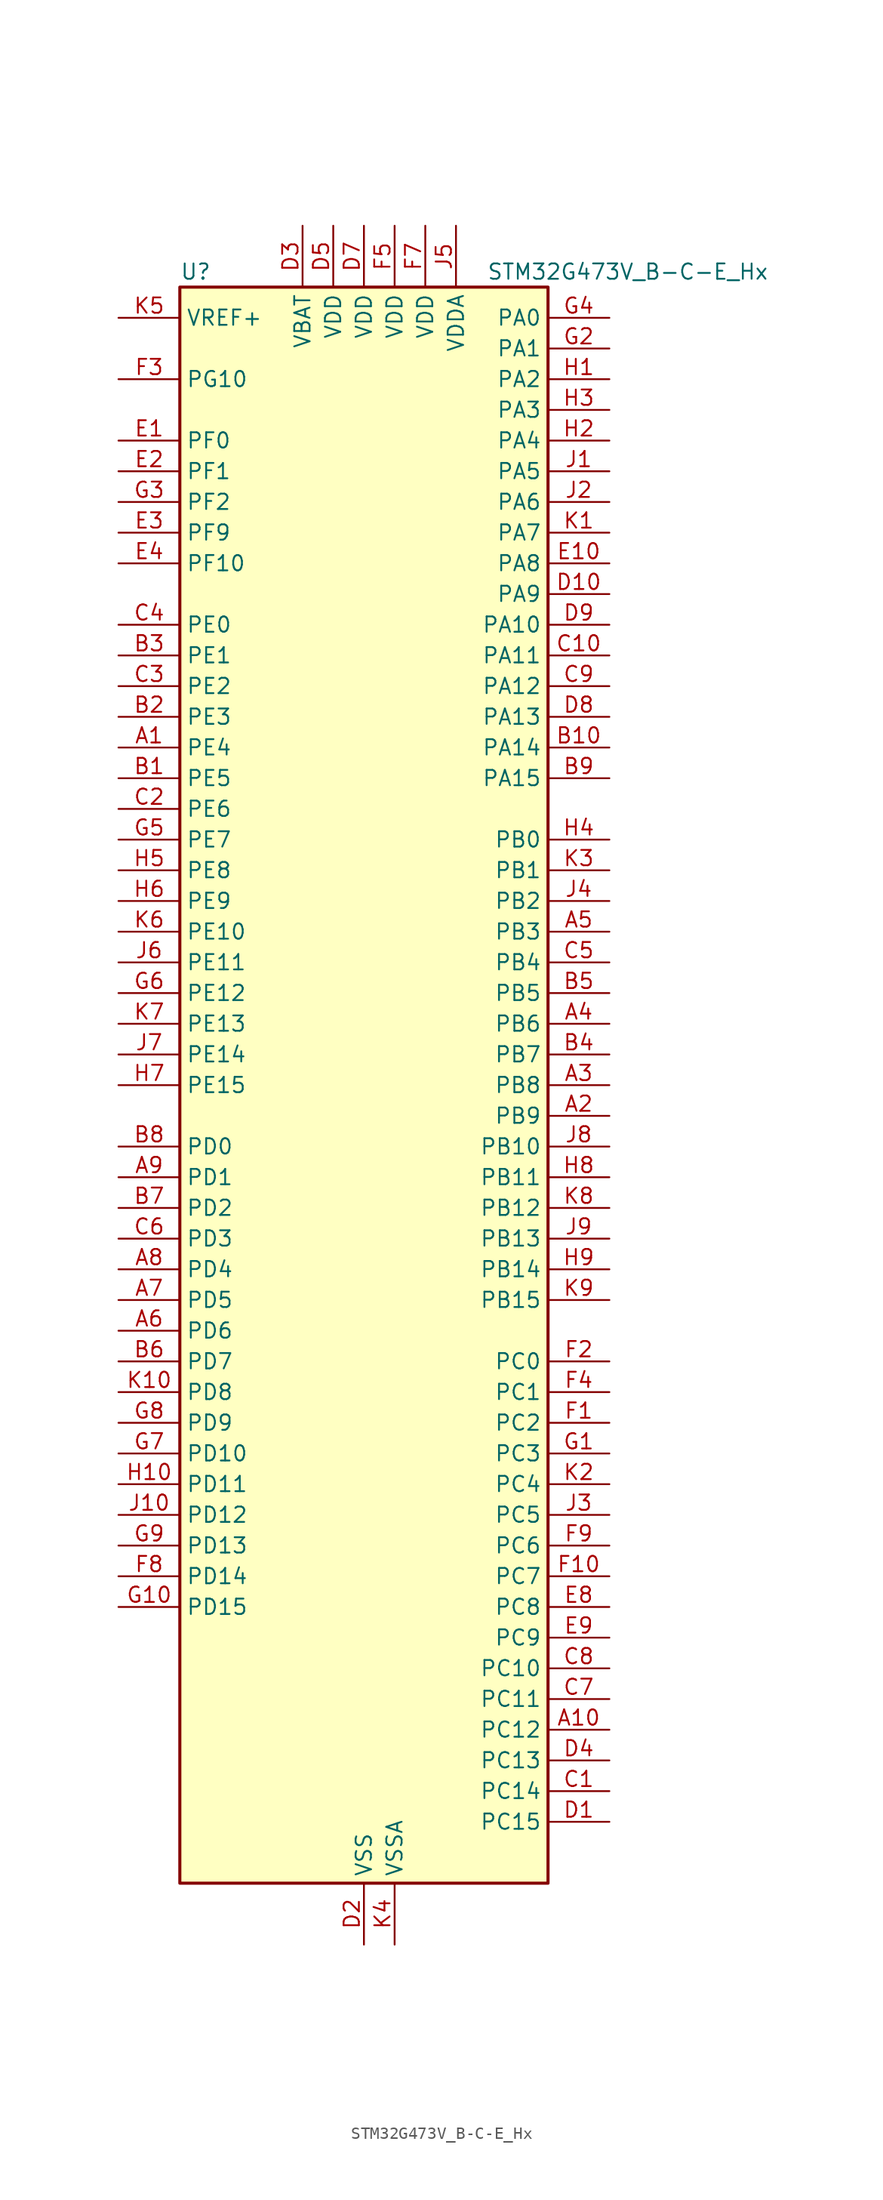
<source format=kicad_sym>
(kicad_symbol_lib
  (version 20220914)
  (generator kicad_symbol_editor)
  (symbol "STM32G473V_B-C-E_Hx"
    (property "Reference" "U"
      (at -15.24 67.31 0)
      (effects (font (size 1.27 1.27)) (justify left)))
    (property "Value" "STM32G473V_B-C-E_Hx"
      (at 10.16 67.31 0)
      (effects (font (size 1.27 1.27)) (justify left)))
    (property "ki_locked" ""
      (at 0 0 0)
      (effects (font (size 1.27 1.27))))
    (symbol "STM32G473V_B-C-E_Hx_0_1"
      (rectangle (start -15.24 -66.04) (end 15.24 66.04) (stroke (width 0.254) (type default)) (fill (type background))))
    (symbol "STM32G473V_B-C-E_Hx_1_1"
      (pin bidirectional line (at -20.32 27.94 0) (length 5.08) (name "PE4" (effects (font (size 1.27 1.27)))) (number "A1" (effects (font (size 1.27 1.27)))) (alternate "FMC_A20" bidirectional line) (alternate "SAI1_D2" bidirectional line) (alternate "SAI1_FS_A" bidirectional line) (alternate "SPI4_NSS" bidirectional line) (alternate "SYS_TRACED1" bidirectional line) (alternate "TIM20_CH1N" bidirectional line) (alternate "TIM3_CH3" bidirectional line))
      (pin bidirectional line (at 20.32 -53.34 180) (length 5.08) (name "PC12" (effects (font (size 1.27 1.27)))) (number "A10" (effects (font (size 1.27 1.27)))) (alternate "I2S3_SD" bidirectional line) (alternate "SPI3_MOSI" bidirectional line) (alternate "TIM5_CH2" bidirectional line) (alternate "TIM8_CH3N" bidirectional line) (alternate "UART5_TX" bidirectional line) (alternate "UCPD1_FRSTX1" bidirectional line) (alternate "UCPD1_FRSTX2" bidirectional line) (alternate "USART3_CK" bidirectional line))
      (pin bidirectional line (at 20.32 -2.54 180) (length 5.08) (name "PB9" (effects (font (size 1.27 1.27)))) (number "A2" (effects (font (size 1.27 1.27)))) (alternate "COMP2_OUT" bidirectional line) (alternate "DAC1_EXTI9" bidirectional line) (alternate "DAC2_EXTI9" bidirectional line) (alternate "DAC3_EXTI9" bidirectional line) (alternate "DAC4_EXTI9" bidirectional line) (alternate "FDCAN1_TX" bidirectional line) (alternate "I2C1_SDA" bidirectional line) (alternate "IR_OUT" bidirectional line) (alternate "SAI1_D2" bidirectional line) (alternate "SAI1_FS_A" bidirectional line) (alternate "TIM17_CH1" bidirectional line) (alternate "TIM1_CH3N" bidirectional line) (alternate "TIM4_CH4" bidirectional line) (alternate "TIM8_CH3" bidirectional line) (alternate "USART3_TX" bidirectional line))
      (pin bidirectional line (at 20.32 0 180) (length 5.08) (name "PB8" (effects (font (size 1.27 1.27)))) (number "A3" (effects (font (size 1.27 1.27)))) (alternate "COMP1_OUT" bidirectional line) (alternate "FDCAN1_RX" bidirectional line) (alternate "I2C1_SCL" bidirectional line) (alternate "SAI1_CK1" bidirectional line) (alternate "SAI1_MCLK_A" bidirectional line) (alternate "TIM16_CH1" bidirectional line) (alternate "TIM1_BKIN" bidirectional line) (alternate "TIM4_CH3" bidirectional line) (alternate "TIM8_CH2" bidirectional line) (alternate "USART3_RX" bidirectional line))
      (pin bidirectional line (at 20.32 5.08 180) (length 5.08) (name "PB6" (effects (font (size 1.27 1.27)))) (number "A4" (effects (font (size 1.27 1.27)))) (alternate "COMP4_OUT" bidirectional line) (alternate "FDCAN2_TX" bidirectional line) (alternate "LPTIM1_ETR" bidirectional line) (alternate "SAI1_FS_B" bidirectional line) (alternate "TIM16_CH1N" bidirectional line) (alternate "TIM4_CH1" bidirectional line) (alternate "TIM8_BKIN2" bidirectional line) (alternate "TIM8_CH1" bidirectional line) (alternate "TIM8_ETR" bidirectional line) (alternate "UCPD1_CC1" bidirectional line) (alternate "USART1_TX" bidirectional line))
      (pin bidirectional line (at 20.32 12.7 180) (length 5.08) (name "PB3" (effects (font (size 1.27 1.27)))) (number "A5" (effects (font (size 1.27 1.27)))) (alternate "ADC3_EXTI3" bidirectional line) (alternate "ADC4_EXTI3" bidirectional line) (alternate "ADC5_EXTI3" bidirectional line) (alternate "CRS_SYNC" bidirectional line) (alternate "FDCAN3_RX" bidirectional line) (alternate "I2S3_CK" bidirectional line) (alternate "SAI1_SCK_B" bidirectional line) (alternate "SPI1_SCK" bidirectional line) (alternate "SPI3_SCK" bidirectional line) (alternate "SYS_JTDO-SWO" bidirectional line) (alternate "TIM2_CH2" bidirectional line) (alternate "TIM3_ETR" bidirectional line) (alternate "TIM4_ETR" bidirectional line) (alternate "TIM8_CH1N" bidirectional line) (alternate "USART2_TX" bidirectional line))
      (pin bidirectional line (at -20.32 -20.32 0) (length 5.08) (name "PD6" (effects (font (size 1.27 1.27)))) (number "A6" (effects (font (size 1.27 1.27)))) (alternate "FMC_NWAIT" bidirectional line) (alternate "QUADSPI1_BK2_IO2" bidirectional line) (alternate "SAI1_D1" bidirectional line) (alternate "SAI1_SD_A" bidirectional line) (alternate "TIM2_CH4" bidirectional line) (alternate "USART2_RX" bidirectional line))
      (pin bidirectional line (at -20.32 -17.78 0) (length 5.08) (name "PD5" (effects (font (size 1.27 1.27)))) (number "A7" (effects (font (size 1.27 1.27)))) (alternate "FMC_NWE" bidirectional line) (alternate "QUADSPI1_BK2_IO1" bidirectional line) (alternate "USART2_TX" bidirectional line))
      (pin bidirectional line (at -20.32 -15.24 0) (length 5.08) (name "PD4" (effects (font (size 1.27 1.27)))) (number "A8" (effects (font (size 1.27 1.27)))) (alternate "FMC_NOE" bidirectional line) (alternate "QUADSPI1_BK2_IO0" bidirectional line) (alternate "TIM2_CH2" bidirectional line) (alternate "USART2_DE" bidirectional line) (alternate "USART2_RTS" bidirectional line))
      (pin bidirectional line (at -20.32 -7.62 0) (length 5.08) (name "PD1" (effects (font (size 1.27 1.27)))) (number "A9" (effects (font (size 1.27 1.27)))) (alternate "FDCAN1_TX" bidirectional line) (alternate "FMC_D3" bidirectional line) (alternate "FMC_DA3" bidirectional line) (alternate "TIM8_BKIN2" bidirectional line) (alternate "TIM8_CH4" bidirectional line))
      (pin bidirectional line (at -20.32 25.4 0) (length 5.08) (name "PE5" (effects (font (size 1.27 1.27)))) (number "B1" (effects (font (size 1.27 1.27)))) (alternate "FMC_A21" bidirectional line) (alternate "SAI1_CK2" bidirectional line) (alternate "SAI1_SCK_A" bidirectional line) (alternate "SPI4_MISO" bidirectional line) (alternate "SYS_TRACED2" bidirectional line) (alternate "TIM20_CH2N" bidirectional line) (alternate "TIM3_CH4" bidirectional line))
      (pin bidirectional line (at 20.32 27.94 180) (length 5.08) (name "PA14" (effects (font (size 1.27 1.27)))) (number "B10" (effects (font (size 1.27 1.27)))) (alternate "I2C1_SDA" bidirectional line) (alternate "I2C4_SMBA" bidirectional line) (alternate "LPTIM1_OUT" bidirectional line) (alternate "SAI1_FS_B" bidirectional line) (alternate "SYS_JTCK-SWCLK" bidirectional line) (alternate "TIM1_BKIN" bidirectional line) (alternate "TIM8_CH2" bidirectional line) (alternate "USART2_TX" bidirectional line))
      (pin bidirectional line (at -20.32 30.48 0) (length 5.08) (name "PE3" (effects (font (size 1.27 1.27)))) (number "B2" (effects (font (size 1.27 1.27)))) (alternate "ADC3_EXTI3" bidirectional line) (alternate "ADC4_EXTI3" bidirectional line) (alternate "ADC5_EXTI3" bidirectional line) (alternate "FMC_A19" bidirectional line) (alternate "SAI1_SD_B" bidirectional line) (alternate "SPI4_NSS" bidirectional line) (alternate "SYS_TRACED0" bidirectional line) (alternate "TIM20_CH2" bidirectional line) (alternate "TIM3_CH2" bidirectional line))
      (pin bidirectional line (at -20.32 35.56 0) (length 5.08) (name "PE1" (effects (font (size 1.27 1.27)))) (number "B3" (effects (font (size 1.27 1.27)))) (alternate "FMC_NBL1" bidirectional line) (alternate "TIM17_CH1" bidirectional line) (alternate "TIM20_CH4" bidirectional line) (alternate "USART1_RX" bidirectional line))
      (pin bidirectional line (at 20.32 2.54 180) (length 5.08) (name "PB7" (effects (font (size 1.27 1.27)))) (number "B4" (effects (font (size 1.27 1.27)))) (alternate "COMP3_OUT" bidirectional line) (alternate "FMC_NL" bidirectional line) (alternate "I2C1_SDA" bidirectional line) (alternate "I2C4_SDA" bidirectional line) (alternate "LPTIM1_IN2" bidirectional line) (alternate "SYS_PVD_IN" bidirectional line) (alternate "TIM17_CH1N" bidirectional line) (alternate "TIM3_CH4" bidirectional line) (alternate "TIM4_CH2" bidirectional line) (alternate "TIM8_BKIN" bidirectional line) (alternate "UART4_CTS" bidirectional line) (alternate "USART1_RX" bidirectional line))
      (pin bidirectional line (at 20.32 7.62 180) (length 5.08) (name "PB5" (effects (font (size 1.27 1.27)))) (number "B5" (effects (font (size 1.27 1.27)))) (alternate "FDCAN2_RX" bidirectional line) (alternate "I2C1_SMBA" bidirectional line) (alternate "I2C3_SDA" bidirectional line) (alternate "I2S3_SD" bidirectional line) (alternate "LPTIM1_IN1" bidirectional line) (alternate "SAI1_SD_B" bidirectional line) (alternate "SPI1_MOSI" bidirectional line) (alternate "SPI3_MOSI" bidirectional line) (alternate "TIM16_BKIN" bidirectional line) (alternate "TIM17_CH1" bidirectional line) (alternate "TIM3_CH2" bidirectional line) (alternate "TIM8_CH3N" bidirectional line) (alternate "UART5_CTS" bidirectional line) (alternate "USART2_CK" bidirectional line))
      (pin bidirectional line (at -20.32 -22.86 0) (length 5.08) (name "PD7" (effects (font (size 1.27 1.27)))) (number "B6" (effects (font (size 1.27 1.27)))) (alternate "FMC_NCE" bidirectional line) (alternate "FMC_NE1" bidirectional line) (alternate "QUADSPI1_BK2_IO3" bidirectional line) (alternate "TIM2_CH3" bidirectional line) (alternate "USART2_CK" bidirectional line))
      (pin bidirectional line (at -20.32 -10.16 0) (length 5.08) (name "PD2" (effects (font (size 1.27 1.27)))) (number "B7" (effects (font (size 1.27 1.27)))) (alternate "ADC3_EXTI2" bidirectional line) (alternate "ADC4_EXTI2" bidirectional line) (alternate "ADC5_EXTI2" bidirectional line) (alternate "TIM3_ETR" bidirectional line) (alternate "TIM8_BKIN" bidirectional line) (alternate "UART5_RX" bidirectional line))
      (pin bidirectional line (at -20.32 -5.08 0) (length 5.08) (name "PD0" (effects (font (size 1.27 1.27)))) (number "B8" (effects (font (size 1.27 1.27)))) (alternate "FDCAN1_RX" bidirectional line) (alternate "FMC_D2" bidirectional line) (alternate "FMC_DA2" bidirectional line) (alternate "TIM8_CH4N" bidirectional line))
      (pin bidirectional line (at 20.32 25.4 180) (length 5.08) (name "PA15" (effects (font (size 1.27 1.27)))) (number "B9" (effects (font (size 1.27 1.27)))) (alternate "ADC1_EXTI15" bidirectional line) (alternate "ADC2_EXTI15" bidirectional line) (alternate "FDCAN3_TX" bidirectional line) (alternate "I2C1_SCL" bidirectional line) (alternate "I2S3_WS" bidirectional line) (alternate "SPI1_NSS" bidirectional line) (alternate "SPI3_NSS" bidirectional line) (alternate "SYS_JTDI" bidirectional line) (alternate "TIM1_BKIN" bidirectional line) (alternate "TIM2_CH1" bidirectional line) (alternate "TIM2_ETR" bidirectional line) (alternate "TIM8_CH1" bidirectional line) (alternate "UART4_DE" bidirectional line) (alternate "UART4_RTS" bidirectional line) (alternate "USART2_RX" bidirectional line))
      (pin bidirectional line (at 20.32 -58.42 180) (length 5.08) (name "PC14" (effects (font (size 1.27 1.27)))) (number "C1" (effects (font (size 1.27 1.27)))) (alternate "RCC_OSC32_IN" bidirectional line))
      (pin bidirectional line (at 20.32 35.56 180) (length 5.08) (name "PA11" (effects (font (size 1.27 1.27)))) (number "C10" (effects (font (size 1.27 1.27)))) (alternate "ADC1_EXTI11" bidirectional line) (alternate "ADC2_EXTI11" bidirectional line) (alternate "COMP1_OUT" bidirectional line) (alternate "FDCAN1_RX" bidirectional line) (alternate "I2S2_SD" bidirectional line) (alternate "SPI2_MOSI" bidirectional line) (alternate "TIM1_BKIN2" bidirectional line) (alternate "TIM1_CH1N" bidirectional line) (alternate "TIM1_CH4" bidirectional line) (alternate "TIM4_CH1" bidirectional line) (alternate "USART1_CTS" bidirectional line) (alternate "USART1_NSS" bidirectional line) (alternate "USB_DM" bidirectional line))
      (pin bidirectional line (at -20.32 22.86 0) (length 5.08) (name "PE6" (effects (font (size 1.27 1.27)))) (number "C2" (effects (font (size 1.27 1.27)))) (alternate "FMC_A22" bidirectional line) (alternate "RTC_TAMP3" bidirectional line) (alternate "SAI1_D1" bidirectional line) (alternate "SAI1_SD_A" bidirectional line) (alternate "SPI4_MOSI" bidirectional line) (alternate "SYS_TRACED3" bidirectional line) (alternate "SYS_WKUP3" bidirectional line) (alternate "TIM20_CH3N" bidirectional line))
      (pin bidirectional line (at -20.32 33.02 0) (length 5.08) (name "PE2" (effects (font (size 1.27 1.27)))) (number "C3" (effects (font (size 1.27 1.27)))) (alternate "ADC3_EXTI2" bidirectional line) (alternate "ADC4_EXTI2" bidirectional line) (alternate "ADC5_EXTI2" bidirectional line) (alternate "FMC_A23" bidirectional line) (alternate "SAI1_CK1" bidirectional line) (alternate "SAI1_MCLK_A" bidirectional line) (alternate "SPI4_SCK" bidirectional line) (alternate "SYS_TRACECLK" bidirectional line) (alternate "TIM20_CH1" bidirectional line) (alternate "TIM3_CH1" bidirectional line))
      (pin bidirectional line (at -20.32 38.1 0) (length 5.08) (name "PE0" (effects (font (size 1.27 1.27)))) (number "C4" (effects (font (size 1.27 1.27)))) (alternate "FMC_NBL0" bidirectional line) (alternate "TIM16_CH1" bidirectional line) (alternate "TIM20_CH4N" bidirectional line) (alternate "TIM20_ETR" bidirectional line) (alternate "TIM4_ETR" bidirectional line) (alternate "USART1_TX" bidirectional line))
      (pin bidirectional line (at 20.32 10.16 180) (length 5.08) (name "PB4" (effects (font (size 1.27 1.27)))) (number "C5" (effects (font (size 1.27 1.27)))) (alternate "FDCAN3_TX" bidirectional line) (alternate "SAI1_MCLK_B" bidirectional line) (alternate "SPI1_MISO" bidirectional line) (alternate "SPI3_MISO" bidirectional line) (alternate "SYS_JTRST" bidirectional line) (alternate "TIM16_CH1" bidirectional line) (alternate "TIM17_BKIN" bidirectional line) (alternate "TIM3_CH1" bidirectional line) (alternate "TIM8_CH2N" bidirectional line) (alternate "UART5_DE" bidirectional line) (alternate "UART5_RTS" bidirectional line) (alternate "UCPD1_CC2" bidirectional line) (alternate "USART2_RX" bidirectional line))
      (pin bidirectional line (at -20.32 -12.7 0) (length 5.08) (name "PD3" (effects (font (size 1.27 1.27)))) (number "C6" (effects (font (size 1.27 1.27)))) (alternate "ADC3_EXTI3" bidirectional line) (alternate "ADC4_EXTI3" bidirectional line) (alternate "ADC5_EXTI3" bidirectional line) (alternate "FMC_CLK" bidirectional line) (alternate "QUADSPI1_BK2_NCS" bidirectional line) (alternate "TIM2_CH1" bidirectional line) (alternate "TIM2_ETR" bidirectional line) (alternate "USART2_CTS" bidirectional line) (alternate "USART2_NSS" bidirectional line))
      (pin bidirectional line (at 20.32 -50.8 180) (length 5.08) (name "PC11" (effects (font (size 1.27 1.27)))) (number "C7" (effects (font (size 1.27 1.27)))) (alternate "ADC1_EXTI11" bidirectional line) (alternate "ADC2_EXTI11" bidirectional line) (alternate "I2C3_SDA" bidirectional line) (alternate "SPI3_MISO" bidirectional line) (alternate "TIM8_CH2N" bidirectional line) (alternate "UART4_RX" bidirectional line) (alternate "USART3_RX" bidirectional line))
      (pin bidirectional line (at 20.32 -48.26 180) (length 5.08) (name "PC10" (effects (font (size 1.27 1.27)))) (number "C8" (effects (font (size 1.27 1.27)))) (alternate "DAC1_EXTI10" bidirectional line) (alternate "DAC2_EXTI10" bidirectional line) (alternate "DAC3_EXTI10" bidirectional line) (alternate "DAC4_EXTI10" bidirectional line) (alternate "I2S3_CK" bidirectional line) (alternate "SPI3_SCK" bidirectional line) (alternate "TIM8_CH1N" bidirectional line) (alternate "UART4_TX" bidirectional line) (alternate "USART3_TX" bidirectional line))
      (pin bidirectional line (at 20.32 33.02 180) (length 5.08) (name "PA12" (effects (font (size 1.27 1.27)))) (number "C9" (effects (font (size 1.27 1.27)))) (alternate "COMP2_OUT" bidirectional line) (alternate "FDCAN1_TX" bidirectional line) (alternate "I2S_CKIN" bidirectional line) (alternate "TIM16_CH1" bidirectional line) (alternate "TIM1_CH2N" bidirectional line) (alternate "TIM1_ETR" bidirectional line) (alternate "TIM4_CH2" bidirectional line) (alternate "USART1_DE" bidirectional line) (alternate "USART1_RTS" bidirectional line) (alternate "USB_DP" bidirectional line))
      (pin bidirectional line (at 20.32 -60.96 180) (length 5.08) (name "PC15" (effects (font (size 1.27 1.27)))) (number "D1" (effects (font (size 1.27 1.27)))) (alternate "ADC1_EXTI15" bidirectional line) (alternate "ADC2_EXTI15" bidirectional line) (alternate "RCC_OSC32_OUT" bidirectional line))
      (pin bidirectional line (at 20.32 40.64 180) (length 5.08) (name "PA9" (effects (font (size 1.27 1.27)))) (number "D10" (effects (font (size 1.27 1.27)))) (alternate "ADC5_IN2" bidirectional line) (alternate "COMP5_OUT" bidirectional line) (alternate "DAC1_EXTI9" bidirectional line) (alternate "DAC2_EXTI9" bidirectional line) (alternate "DAC3_EXTI9" bidirectional line) (alternate "DAC4_EXTI9" bidirectional line) (alternate "I2C2_SCL" bidirectional line) (alternate "I2C3_SMBA" bidirectional line) (alternate "I2S3_MCK" bidirectional line) (alternate "SAI1_FS_A" bidirectional line) (alternate "TIM15_BKIN" bidirectional line) (alternate "TIM1_CH2" bidirectional line) (alternate "TIM2_CH3" bidirectional line) (alternate "UCPD1_DBCC1" bidirectional line) (alternate "USART1_TX" bidirectional line))
      (pin power_in line (at 0 -71.12 90) (length 5.08) (name "VSS" (effects (font (size 1.27 1.27)))) (number "D2" (effects (font (size 1.27 1.27)))))
      (pin power_in line (at -5.08 71.12 270) (length 5.08) (name "VBAT" (effects (font (size 1.27 1.27)))) (number "D3" (effects (font (size 1.27 1.27)))))
      (pin bidirectional line (at 20.32 -55.88 180) (length 5.08) (name "PC13" (effects (font (size 1.27 1.27)))) (number "D4" (effects (font (size 1.27 1.27)))) (alternate "RTC_OUT1" bidirectional line) (alternate "RTC_TAMP1" bidirectional line) (alternate "RTC_TS" bidirectional line) (alternate "SYS_WKUP2" bidirectional line) (alternate "TIM1_BKIN" bidirectional line) (alternate "TIM1_CH1N" bidirectional line) (alternate "TIM8_CH4N" bidirectional line))
      (pin power_in line (at -2.54 71.12 270) (length 5.08) (name "VDD" (effects (font (size 1.27 1.27)))) (number "D5" (effects (font (size 1.27 1.27)))))
      (pin passive line (at 0 -71.12 90) (length 5.08) hide (name "VSS" (effects (font (size 1.27 1.27)))) (number "D6" (effects (font (size 1.27 1.27)))))
      (pin power_in line (at 0 71.12 270) (length 5.08) (name "VDD" (effects (font (size 1.27 1.27)))) (number "D7" (effects (font (size 1.27 1.27)))))
      (pin bidirectional line (at 20.32 30.48 180) (length 5.08) (name "PA13" (effects (font (size 1.27 1.27)))) (number "D8" (effects (font (size 1.27 1.27)))) (alternate "I2C1_SCL" bidirectional line) (alternate "I2C4_SCL" bidirectional line) (alternate "IR_OUT" bidirectional line) (alternate "SAI1_SD_B" bidirectional line) (alternate "SYS_JTMS-SWDIO" bidirectional line) (alternate "TIM16_CH1N" bidirectional line) (alternate "TIM4_CH3" bidirectional line) (alternate "USART3_CTS" bidirectional line) (alternate "USART3_NSS" bidirectional line))
      (pin bidirectional line (at 20.32 38.1 180) (length 5.08) (name "PA10" (effects (font (size 1.27 1.27)))) (number "D9" (effects (font (size 1.27 1.27)))) (alternate "COMP6_OUT" bidirectional line) (alternate "CRS_SYNC" bidirectional line) (alternate "DAC1_EXTI10" bidirectional line) (alternate "DAC2_EXTI10" bidirectional line) (alternate "DAC3_EXTI10" bidirectional line) (alternate "DAC4_EXTI10" bidirectional line) (alternate "I2C2_SMBA" bidirectional line) (alternate "SAI1_D1" bidirectional line) (alternate "SAI1_SD_A" bidirectional line) (alternate "SPI2_MISO" bidirectional line) (alternate "TIM17_BKIN" bidirectional line) (alternate "TIM1_CH3" bidirectional line) (alternate "TIM2_CH4" bidirectional line) (alternate "TIM8_BKIN" bidirectional line) (alternate "UCPD1_DBCC2" bidirectional line) (alternate "USART1_RX" bidirectional line))
      (pin bidirectional line (at -20.32 53.34 0) (length 5.08) (name "PF0" (effects (font (size 1.27 1.27)))) (number "E1" (effects (font (size 1.27 1.27)))) (alternate "ADC1_IN10" bidirectional line) (alternate "I2C2_SDA" bidirectional line) (alternate "I2S2_WS" bidirectional line) (alternate "RCC_OSC_IN" bidirectional line) (alternate "SPI2_NSS" bidirectional line) (alternate "TIM1_CH3N" bidirectional line))
      (pin bidirectional line (at 20.32 43.18 180) (length 5.08) (name "PA8" (effects (font (size 1.27 1.27)))) (number "E10" (effects (font (size 1.27 1.27)))) (alternate "ADC5_IN1" bidirectional line) (alternate "COMP7_OUT" bidirectional line) (alternate "FDCAN3_RX" bidirectional line) (alternate "I2C2_SDA" bidirectional line) (alternate "I2C3_SCL" bidirectional line) (alternate "I2S2_MCK" bidirectional line) (alternate "OPAMP5_VOUT" bidirectional line) (alternate "RCC_MCO" bidirectional line) (alternate "SAI1_CK2" bidirectional line) (alternate "SAI1_SCK_A" bidirectional line) (alternate "TIM1_CH1" bidirectional line) (alternate "TIM4_ETR" bidirectional line) (alternate "USART1_CK" bidirectional line))
      (pin bidirectional line (at -20.32 50.8 0) (length 5.08) (name "PF1" (effects (font (size 1.27 1.27)))) (number "E2" (effects (font (size 1.27 1.27)))) (alternate "ADC2_IN10" bidirectional line) (alternate "COMP3_INM" bidirectional line) (alternate "I2S2_CK" bidirectional line) (alternate "RCC_OSC_OUT" bidirectional line) (alternate "SPI2_SCK" bidirectional line))
      (pin bidirectional line (at -20.32 45.72 0) (length 5.08) (name "PF9" (effects (font (size 1.27 1.27)))) (number "E3" (effects (font (size 1.27 1.27)))) (alternate "DAC1_EXTI9" bidirectional line) (alternate "DAC2_EXTI9" bidirectional line) (alternate "DAC3_EXTI9" bidirectional line) (alternate "DAC4_EXTI9" bidirectional line) (alternate "FMC_A25" bidirectional line) (alternate "QUADSPI1_BK1_IO1" bidirectional line) (alternate "SAI1_FS_B" bidirectional line) (alternate "SPI2_SCK" bidirectional line) (alternate "TIM15_CH1" bidirectional line) (alternate "TIM20_BKIN" bidirectional line) (alternate "TIM5_CH4" bidirectional line))
      (pin bidirectional line (at -20.32 43.18 0) (length 5.08) (name "PF10" (effects (font (size 1.27 1.27)))) (number "E4" (effects (font (size 1.27 1.27)))) (alternate "DAC1_EXTI10" bidirectional line) (alternate "DAC2_EXTI10" bidirectional line) (alternate "DAC3_EXTI10" bidirectional line) (alternate "DAC4_EXTI10" bidirectional line) (alternate "FMC_A0" bidirectional line) (alternate "QUADSPI1_CLK" bidirectional line) (alternate "SAI1_D3" bidirectional line) (alternate "SPI2_SCK" bidirectional line) (alternate "TIM15_CH2" bidirectional line) (alternate "TIM20_BKIN2" bidirectional line))
      (pin passive line (at 0 -71.12 90) (length 5.08) hide (name "VSS" (effects (font (size 1.27 1.27)))) (number "E5" (effects (font (size 1.27 1.27)))))
      (pin passive line (at 0 -71.12 90) (length 5.08) hide (name "VSS" (effects (font (size 1.27 1.27)))) (number "E6" (effects (font (size 1.27 1.27)))))
      (pin passive line (at 0 -71.12 90) (length 5.08) hide (name "VSS" (effects (font (size 1.27 1.27)))) (number "E7" (effects (font (size 1.27 1.27)))))
      (pin bidirectional line (at 20.32 -43.18 180) (length 5.08) (name "PC8" (effects (font (size 1.27 1.27)))) (number "E8" (effects (font (size 1.27 1.27)))) (alternate "COMP7_OUT" bidirectional line) (alternate "I2C3_SCL" bidirectional line) (alternate "TIM20_CH3" bidirectional line) (alternate "TIM3_CH3" bidirectional line) (alternate "TIM8_CH3" bidirectional line))
      (pin bidirectional line (at 20.32 -45.72 180) (length 5.08) (name "PC9" (effects (font (size 1.27 1.27)))) (number "E9" (effects (font (size 1.27 1.27)))) (alternate "DAC1_EXTI9" bidirectional line) (alternate "DAC2_EXTI9" bidirectional line) (alternate "DAC3_EXTI9" bidirectional line) (alternate "DAC4_EXTI9" bidirectional line) (alternate "I2C3_SDA" bidirectional line) (alternate "I2S_CKIN" bidirectional line) (alternate "TIM3_CH4" bidirectional line) (alternate "TIM8_BKIN2" bidirectional line) (alternate "TIM8_CH4" bidirectional line))
      (pin bidirectional line (at 20.32 -27.94 180) (length 5.08) (name "PC2" (effects (font (size 1.27 1.27)))) (number "F1" (effects (font (size 1.27 1.27)))) (alternate "ADC1_IN8" bidirectional line) (alternate "ADC2_IN8" bidirectional line) (alternate "ADC3_EXTI2" bidirectional line) (alternate "ADC4_EXTI2" bidirectional line) (alternate "ADC5_EXTI2" bidirectional line) (alternate "COMP3_OUT" bidirectional line) (alternate "LPTIM1_IN2" bidirectional line) (alternate "QUADSPI1_BK2_IO1" bidirectional line) (alternate "TIM1_CH3" bidirectional line) (alternate "TIM20_CH2" bidirectional line))
      (pin bidirectional line (at 20.32 -40.64 180) (length 5.08) (name "PC7" (effects (font (size 1.27 1.27)))) (number "F10" (effects (font (size 1.27 1.27)))) (alternate "COMP5_OUT" bidirectional line) (alternate "I2C4_SDA" bidirectional line) (alternate "I2S3_MCK" bidirectional line) (alternate "TIM3_CH2" bidirectional line) (alternate "TIM8_CH2" bidirectional line))
      (pin bidirectional line (at 20.32 -22.86 180) (length 5.08) (name "PC0" (effects (font (size 1.27 1.27)))) (number "F2" (effects (font (size 1.27 1.27)))) (alternate "ADC1_IN6" bidirectional line) (alternate "ADC2_IN6" bidirectional line) (alternate "COMP3_INM" bidirectional line) (alternate "LPTIM1_IN1" bidirectional line) (alternate "LPUART1_RX" bidirectional line) (alternate "TIM1_CH1" bidirectional line))
      (pin bidirectional line (at -20.32 58.42 0) (length 5.08) (name "PG10" (effects (font (size 1.27 1.27)))) (number "F3" (effects (font (size 1.27 1.27)))) (alternate "DAC1_EXTI10" bidirectional line) (alternate "DAC2_EXTI10" bidirectional line) (alternate "DAC3_EXTI10" bidirectional line) (alternate "DAC4_EXTI10" bidirectional line) (alternate "RCC_MCO" bidirectional line))
      (pin bidirectional line (at 20.32 -25.4 180) (length 5.08) (name "PC1" (effects (font (size 1.27 1.27)))) (number "F4" (effects (font (size 1.27 1.27)))) (alternate "ADC1_IN7" bidirectional line) (alternate "ADC2_IN7" bidirectional line) (alternate "COMP3_INP" bidirectional line) (alternate "LPTIM1_OUT" bidirectional line) (alternate "LPUART1_TX" bidirectional line) (alternate "QUADSPI1_BK2_IO0" bidirectional line) (alternate "SAI1_SD_A" bidirectional line) (alternate "TIM1_CH2" bidirectional line))
      (pin power_in line (at 2.54 71.12 270) (length 5.08) (name "VDD" (effects (font (size 1.27 1.27)))) (number "F5" (effects (font (size 1.27 1.27)))))
      (pin passive line (at 0 -71.12 90) (length 5.08) hide (name "VSS" (effects (font (size 1.27 1.27)))) (number "F6" (effects (font (size 1.27 1.27)))))
      (pin power_in line (at 5.08 71.12 270) (length 5.08) (name "VDD" (effects (font (size 1.27 1.27)))) (number "F7" (effects (font (size 1.27 1.27)))))
      (pin bidirectional line (at -20.32 -40.64 0) (length 5.08) (name "PD14" (effects (font (size 1.27 1.27)))) (number "F8" (effects (font (size 1.27 1.27)))) (alternate "ADC3_IN11" bidirectional line) (alternate "ADC4_IN11" bidirectional line) (alternate "ADC5_IN11" bidirectional line) (alternate "COMP7_INP" bidirectional line) (alternate "FMC_D0" bidirectional line) (alternate "FMC_DA0" bidirectional line) (alternate "OPAMP2_VINP" bidirectional line) (alternate "OPAMP2_VINP_SEC" bidirectional line) (alternate "TIM4_CH3" bidirectional line))
      (pin bidirectional line (at 20.32 -38.1 180) (length 5.08) (name "PC6" (effects (font (size 1.27 1.27)))) (number "F9" (effects (font (size 1.27 1.27)))) (alternate "COMP6_OUT" bidirectional line) (alternate "I2C4_SCL" bidirectional line) (alternate "I2S2_MCK" bidirectional line) (alternate "TIM3_CH1" bidirectional line) (alternate "TIM8_CH1" bidirectional line))
      (pin bidirectional line (at 20.32 -30.48 180) (length 5.08) (name "PC3" (effects (font (size 1.27 1.27)))) (number "G1" (effects (font (size 1.27 1.27)))) (alternate "ADC1_IN9" bidirectional line) (alternate "ADC2_IN9" bidirectional line) (alternate "ADC3_EXTI3" bidirectional line) (alternate "ADC4_EXTI3" bidirectional line) (alternate "ADC5_EXTI3" bidirectional line) (alternate "LPTIM1_ETR" bidirectional line) (alternate "OPAMP5_VINP" bidirectional line) (alternate "OPAMP5_VINP_SEC" bidirectional line) (alternate "QUADSPI1_BK2_IO2" bidirectional line) (alternate "SAI1_D1" bidirectional line) (alternate "SAI1_SD_A" bidirectional line) (alternate "TIM1_BKIN2" bidirectional line) (alternate "TIM1_CH4" bidirectional line))
      (pin bidirectional line (at -20.32 -43.18 0) (length 5.08) (name "PD15" (effects (font (size 1.27 1.27)))) (number "G10" (effects (font (size 1.27 1.27)))) (alternate "ADC1_EXTI15" bidirectional line) (alternate "ADC2_EXTI15" bidirectional line) (alternate "COMP7_INM" bidirectional line) (alternate "FMC_D1" bidirectional line) (alternate "FMC_DA1" bidirectional line) (alternate "SPI2_NSS" bidirectional line) (alternate "TIM4_CH4" bidirectional line))
      (pin bidirectional line (at 20.32 60.96 180) (length 5.08) (name "PA1" (effects (font (size 1.27 1.27)))) (number "G2" (effects (font (size 1.27 1.27)))) (alternate "ADC1_IN2" bidirectional line) (alternate "ADC2_IN2" bidirectional line) (alternate "COMP1_INP" bidirectional line) (alternate "OPAMP1_VINP" bidirectional line) (alternate "OPAMP1_VINP_SEC" bidirectional line) (alternate "OPAMP3_VINP" bidirectional line) (alternate "OPAMP3_VINP_SEC" bidirectional line) (alternate "OPAMP6_VINM" bidirectional line) (alternate "OPAMP6_VINM0" bidirectional line) (alternate "OPAMP6_VINM_SEC" bidirectional line) (alternate "RTC_REFIN" bidirectional line) (alternate "TIM15_CH1N" bidirectional line) (alternate "TIM2_CH2" bidirectional line) (alternate "TIM5_CH2" bidirectional line) (alternate "USART2_DE" bidirectional line) (alternate "USART2_RTS" bidirectional line))
      (pin bidirectional line (at -20.32 48.26 0) (length 5.08) (name "PF2" (effects (font (size 1.27 1.27)))) (number "G3" (effects (font (size 1.27 1.27)))) (alternate "ADC3_EXTI2" bidirectional line) (alternate "ADC4_EXTI2" bidirectional line) (alternate "ADC5_EXTI2" bidirectional line) (alternate "FMC_A2" bidirectional line) (alternate "I2C2_SMBA" bidirectional line) (alternate "TIM20_CH3" bidirectional line))
      (pin bidirectional line (at 20.32 63.5 180) (length 5.08) (name "PA0" (effects (font (size 1.27 1.27)))) (number "G4" (effects (font (size 1.27 1.27)))) (alternate "ADC1_IN1" bidirectional line) (alternate "ADC2_IN1" bidirectional line) (alternate "COMP1_INM" bidirectional line) (alternate "COMP1_OUT" bidirectional line) (alternate "COMP3_INP" bidirectional line) (alternate "RTC_TAMP2" bidirectional line) (alternate "SYS_WKUP1" bidirectional line) (alternate "TIM2_CH1" bidirectional line) (alternate "TIM2_ETR" bidirectional line) (alternate "TIM5_CH1" bidirectional line) (alternate "TIM8_BKIN" bidirectional line) (alternate "TIM8_ETR" bidirectional line) (alternate "USART2_CTS" bidirectional line) (alternate "USART2_NSS" bidirectional line))
      (pin bidirectional line (at -20.32 20.32 0) (length 5.08) (name "PE7" (effects (font (size 1.27 1.27)))) (number "G5" (effects (font (size 1.27 1.27)))) (alternate "ADC3_IN4" bidirectional line) (alternate "COMP4_INP" bidirectional line) (alternate "FMC_D4" bidirectional line) (alternate "FMC_DA4" bidirectional line) (alternate "SAI1_SD_B" bidirectional line) (alternate "TIM1_ETR" bidirectional line))
      (pin bidirectional line (at -20.32 7.62 0) (length 5.08) (name "PE12" (effects (font (size 1.27 1.27)))) (number "G6" (effects (font (size 1.27 1.27)))) (alternate "ADC3_IN16" bidirectional line) (alternate "ADC4_IN16" bidirectional line) (alternate "ADC5_IN16" bidirectional line) (alternate "FMC_D9" bidirectional line) (alternate "FMC_DA9" bidirectional line) (alternate "QUADSPI1_BK1_IO0" bidirectional line) (alternate "SPI4_SCK" bidirectional line) (alternate "TIM1_CH3N" bidirectional line))
      (pin bidirectional line (at -20.32 -30.48 0) (length 5.08) (name "PD10" (effects (font (size 1.27 1.27)))) (number "G7" (effects (font (size 1.27 1.27)))) (alternate "ADC3_IN7" bidirectional line) (alternate "ADC4_IN7" bidirectional line) (alternate "ADC5_IN7" bidirectional line) (alternate "COMP6_INM" bidirectional line) (alternate "DAC1_EXTI10" bidirectional line) (alternate "DAC2_EXTI10" bidirectional line) (alternate "DAC3_EXTI10" bidirectional line) (alternate "DAC4_EXTI10" bidirectional line) (alternate "FMC_D15" bidirectional line) (alternate "FMC_DA15" bidirectional line) (alternate "USART3_CK" bidirectional line))
      (pin bidirectional line (at -20.32 -27.94 0) (length 5.08) (name "PD9" (effects (font (size 1.27 1.27)))) (number "G8" (effects (font (size 1.27 1.27)))) (alternate "ADC4_IN13" bidirectional line) (alternate "ADC5_IN13" bidirectional line) (alternate "DAC1_EXTI9" bidirectional line) (alternate "DAC2_EXTI9" bidirectional line) (alternate "DAC3_EXTI9" bidirectional line) (alternate "DAC4_EXTI9" bidirectional line) (alternate "FMC_D14" bidirectional line) (alternate "FMC_DA14" bidirectional line) (alternate "OPAMP6_VINP" bidirectional line) (alternate "OPAMP6_VINP_SEC" bidirectional line) (alternate "USART3_RX" bidirectional line))
      (pin bidirectional line (at -20.32 -38.1 0) (length 5.08) (name "PD13" (effects (font (size 1.27 1.27)))) (number "G9" (effects (font (size 1.27 1.27)))) (alternate "ADC3_IN10" bidirectional line) (alternate "ADC4_IN10" bidirectional line) (alternate "ADC5_IN10" bidirectional line) (alternate "COMP5_INM" bidirectional line) (alternate "FMC_A18" bidirectional line) (alternate "TIM4_CH2" bidirectional line))
      (pin bidirectional line (at 20.32 58.42 180) (length 5.08) (name "PA2" (effects (font (size 1.27 1.27)))) (number "H1" (effects (font (size 1.27 1.27)))) (alternate "ADC1_IN3" bidirectional line) (alternate "ADC3_EXTI2" bidirectional line) (alternate "ADC4_EXTI2" bidirectional line) (alternate "ADC5_EXTI2" bidirectional line) (alternate "COMP2_INM" bidirectional line) (alternate "COMP2_OUT" bidirectional line) (alternate "LPUART1_TX" bidirectional line) (alternate "OPAMP1_VOUT" bidirectional line) (alternate "QUADSPI1_BK1_NCS" bidirectional line) (alternate "RCC_LSCO" bidirectional line) (alternate "SYS_WKUP4" bidirectional line) (alternate "TIM15_CH1" bidirectional line) (alternate "TIM2_CH3" bidirectional line) (alternate "TIM5_CH3" bidirectional line) (alternate "UCPD1_FRSTX1" bidirectional line) (alternate "UCPD1_FRSTX2" bidirectional line) (alternate "USART2_TX" bidirectional line))
      (pin bidirectional line (at -20.32 -33.02 0) (length 5.08) (name "PD11" (effects (font (size 1.27 1.27)))) (number "H10" (effects (font (size 1.27 1.27)))) (alternate "ADC1_EXTI11" bidirectional line) (alternate "ADC2_EXTI11" bidirectional line) (alternate "ADC3_IN8" bidirectional line) (alternate "ADC4_IN8" bidirectional line) (alternate "ADC5_IN8" bidirectional line) (alternate "COMP6_INP" bidirectional line) (alternate "FMC_A16" bidirectional line) (alternate "FMC_CLE" bidirectional line) (alternate "I2C4_SMBA" bidirectional line) (alternate "OPAMP4_VINP" bidirectional line) (alternate "OPAMP4_VINP_SEC" bidirectional line) (alternate "TIM5_ETR" bidirectional line) (alternate "USART3_CTS" bidirectional line) (alternate "USART3_NSS" bidirectional line))
      (pin bidirectional line (at 20.32 53.34 180) (length 5.08) (name "PA4" (effects (font (size 1.27 1.27)))) (number "H2" (effects (font (size 1.27 1.27)))) (alternate "ADC2_IN17" bidirectional line) (alternate "COMP1_INM" bidirectional line) (alternate "DAC1_OUT1" bidirectional line) (alternate "I2S3_WS" bidirectional line) (alternate "SAI1_FS_B" bidirectional line) (alternate "SPI1_NSS" bidirectional line) (alternate "SPI3_NSS" bidirectional line) (alternate "TIM3_CH2" bidirectional line) (alternate "USART2_CK" bidirectional line))
      (pin bidirectional line (at 20.32 55.88 180) (length 5.08) (name "PA3" (effects (font (size 1.27 1.27)))) (number "H3" (effects (font (size 1.27 1.27)))) (alternate "ADC1_IN4" bidirectional line) (alternate "ADC3_EXTI3" bidirectional line) (alternate "ADC4_EXTI3" bidirectional line) (alternate "ADC5_EXTI3" bidirectional line) (alternate "COMP2_INP" bidirectional line) (alternate "LPUART1_RX" bidirectional line) (alternate "OPAMP1_VINM" bidirectional line) (alternate "OPAMP1_VINM0" bidirectional line) (alternate "OPAMP1_VINM_SEC" bidirectional line) (alternate "OPAMP1_VINP" bidirectional line) (alternate "OPAMP1_VINP_SEC" bidirectional line) (alternate "OPAMP5_VINM" bidirectional line) (alternate "OPAMP5_VINM1" bidirectional line) (alternate "OPAMP5_VINM_SEC" bidirectional line) (alternate "QUADSPI1_CLK" bidirectional line) (alternate "SAI1_CK1" bidirectional line) (alternate "SAI1_MCLK_A" bidirectional line) (alternate "TIM15_CH2" bidirectional line) (alternate "TIM2_CH4" bidirectional line) (alternate "TIM5_CH4" bidirectional line) (alternate "USART2_RX" bidirectional line))
      (pin bidirectional line (at 20.32 20.32 180) (length 5.08) (name "PB0" (effects (font (size 1.27 1.27)))) (number "H4" (effects (font (size 1.27 1.27)))) (alternate "ADC1_IN15" bidirectional line) (alternate "ADC3_IN12" bidirectional line) (alternate "COMP4_INP" bidirectional line) (alternate "OPAMP2_VINP" bidirectional line) (alternate "OPAMP2_VINP_SEC" bidirectional line) (alternate "OPAMP3_VINP" bidirectional line) (alternate "OPAMP3_VINP_SEC" bidirectional line) (alternate "QUADSPI1_BK1_IO1" bidirectional line) (alternate "TIM1_CH2N" bidirectional line) (alternate "TIM3_CH3" bidirectional line) (alternate "TIM8_CH2N" bidirectional line) (alternate "UCPD1_FRSTX1" bidirectional line) (alternate "UCPD1_FRSTX2" bidirectional line))
      (pin bidirectional line (at -20.32 17.78 0) (length 5.08) (name "PE8" (effects (font (size 1.27 1.27)))) (number "H5" (effects (font (size 1.27 1.27)))) (alternate "ADC3_IN6" bidirectional line) (alternate "ADC4_IN6" bidirectional line) (alternate "ADC5_IN6" bidirectional line) (alternate "COMP4_INM" bidirectional line) (alternate "FMC_D5" bidirectional line) (alternate "FMC_DA5" bidirectional line) (alternate "SAI1_SCK_B" bidirectional line) (alternate "TIM1_CH1N" bidirectional line) (alternate "TIM5_CH3" bidirectional line))
      (pin bidirectional line (at -20.32 15.24 0) (length 5.08) (name "PE9" (effects (font (size 1.27 1.27)))) (number "H6" (effects (font (size 1.27 1.27)))) (alternate "ADC3_IN2" bidirectional line) (alternate "DAC1_EXTI9" bidirectional line) (alternate "DAC2_EXTI9" bidirectional line) (alternate "DAC3_EXTI9" bidirectional line) (alternate "DAC4_EXTI9" bidirectional line) (alternate "FMC_D6" bidirectional line) (alternate "FMC_DA6" bidirectional line) (alternate "SAI1_FS_B" bidirectional line) (alternate "TIM1_CH1" bidirectional line) (alternate "TIM5_CH4" bidirectional line))
      (pin bidirectional line (at -20.32 0 0) (length 5.08) (name "PE15" (effects (font (size 1.27 1.27)))) (number "H7" (effects (font (size 1.27 1.27)))) (alternate "ADC1_EXTI15" bidirectional line) (alternate "ADC2_EXTI15" bidirectional line) (alternate "ADC4_IN2" bidirectional line) (alternate "FMC_D12" bidirectional line) (alternate "FMC_DA12" bidirectional line) (alternate "QUADSPI1_BK1_IO3" bidirectional line) (alternate "TIM1_BKIN" bidirectional line) (alternate "TIM1_CH4N" bidirectional line) (alternate "USART3_RX" bidirectional line))
      (pin bidirectional line (at 20.32 -7.62 180) (length 5.08) (name "PB11" (effects (font (size 1.27 1.27)))) (number "H8" (effects (font (size 1.27 1.27)))) (alternate "ADC1_EXTI11" bidirectional line) (alternate "ADC1_IN14" bidirectional line) (alternate "ADC2_EXTI11" bidirectional line) (alternate "ADC2_IN14" bidirectional line) (alternate "COMP6_INP" bidirectional line) (alternate "LPUART1_TX" bidirectional line) (alternate "OPAMP4_VINP" bidirectional line) (alternate "OPAMP4_VINP_SEC" bidirectional line) (alternate "OPAMP6_VOUT" bidirectional line) (alternate "QUADSPI1_BK1_NCS" bidirectional line) (alternate "TIM2_CH4" bidirectional line) (alternate "USART3_RX" bidirectional line))
      (pin bidirectional line (at 20.32 -15.24 180) (length 5.08) (name "PB14" (effects (font (size 1.27 1.27)))) (number "H9" (effects (font (size 1.27 1.27)))) (alternate "ADC1_IN5" bidirectional line) (alternate "ADC4_IN4" bidirectional line) (alternate "COMP4_OUT" bidirectional line) (alternate "COMP7_INP" bidirectional line) (alternate "OPAMP2_VINP" bidirectional line) (alternate "OPAMP2_VINP_SEC" bidirectional line) (alternate "OPAMP5_VINP" bidirectional line) (alternate "OPAMP5_VINP_SEC" bidirectional line) (alternate "SPI2_MISO" bidirectional line) (alternate "TIM15_CH1" bidirectional line) (alternate "TIM1_CH2N" bidirectional line) (alternate "USART3_DE" bidirectional line) (alternate "USART3_RTS" bidirectional line))
      (pin bidirectional line (at 20.32 50.8 180) (length 5.08) (name "PA5" (effects (font (size 1.27 1.27)))) (number "J1" (effects (font (size 1.27 1.27)))) (alternate "ADC2_IN13" bidirectional line) (alternate "COMP2_INM" bidirectional line) (alternate "DAC1_OUT2" bidirectional line) (alternate "OPAMP2_VINM" bidirectional line) (alternate "OPAMP2_VINM0" bidirectional line) (alternate "OPAMP2_VINM_SEC" bidirectional line) (alternate "SPI1_SCK" bidirectional line) (alternate "TIM2_CH1" bidirectional line) (alternate "TIM2_ETR" bidirectional line) (alternate "UCPD1_FRSTX1" bidirectional line) (alternate "UCPD1_FRSTX2" bidirectional line))
      (pin bidirectional line (at -20.32 -35.56 0) (length 5.08) (name "PD12" (effects (font (size 1.27 1.27)))) (number "J10" (effects (font (size 1.27 1.27)))) (alternate "ADC3_IN9" bidirectional line) (alternate "ADC4_IN9" bidirectional line) (alternate "ADC5_IN9" bidirectional line) (alternate "COMP5_INP" bidirectional line) (alternate "FMC_A17" bidirectional line) (alternate "FMC_ALE" bidirectional line) (alternate "OPAMP5_VINP" bidirectional line) (alternate "OPAMP5_VINP_SEC" bidirectional line) (alternate "TIM4_CH1" bidirectional line) (alternate "USART3_DE" bidirectional line) (alternate "USART3_RTS" bidirectional line))
      (pin bidirectional line (at 20.32 48.26 180) (length 5.08) (name "PA6" (effects (font (size 1.27 1.27)))) (number "J2" (effects (font (size 1.27 1.27)))) (alternate "ADC2_IN3" bidirectional line) (alternate "COMP1_OUT" bidirectional line) (alternate "DAC2_OUT1" bidirectional line) (alternate "LPUART1_CTS" bidirectional line) (alternate "OPAMP2_VOUT" bidirectional line) (alternate "QUADSPI1_BK1_IO3" bidirectional line) (alternate "SPI1_MISO" bidirectional line) (alternate "TIM16_CH1" bidirectional line) (alternate "TIM1_BKIN" bidirectional line) (alternate "TIM3_CH1" bidirectional line) (alternate "TIM8_BKIN" bidirectional line))
      (pin bidirectional line (at 20.32 -35.56 180) (length 5.08) (name "PC5" (effects (font (size 1.27 1.27)))) (number "J3" (effects (font (size 1.27 1.27)))) (alternate "ADC2_IN11" bidirectional line) (alternate "OPAMP1_VINM" bidirectional line) (alternate "OPAMP1_VINM1" bidirectional line) (alternate "OPAMP1_VINM_SEC" bidirectional line) (alternate "OPAMP2_VINM" bidirectional line) (alternate "OPAMP2_VINM1" bidirectional line) (alternate "OPAMP2_VINM_SEC" bidirectional line) (alternate "SAI1_D3" bidirectional line) (alternate "SYS_WKUP5" bidirectional line) (alternate "TIM15_BKIN" bidirectional line) (alternate "TIM1_CH4N" bidirectional line) (alternate "USART1_RX" bidirectional line))
      (pin bidirectional line (at 20.32 15.24 180) (length 5.08) (name "PB2" (effects (font (size 1.27 1.27)))) (number "J4" (effects (font (size 1.27 1.27)))) (alternate "ADC2_IN12" bidirectional line) (alternate "ADC3_EXTI2" bidirectional line) (alternate "ADC4_EXTI2" bidirectional line) (alternate "ADC5_EXTI2" bidirectional line) (alternate "COMP4_INM" bidirectional line) (alternate "I2C3_SMBA" bidirectional line) (alternate "LPTIM1_OUT" bidirectional line) (alternate "OPAMP3_VINM" bidirectional line) (alternate "OPAMP3_VINM0" bidirectional line) (alternate "OPAMP3_VINM_SEC" bidirectional line) (alternate "QUADSPI1_BK2_IO1" bidirectional line) (alternate "RTC_OUT2" bidirectional line) (alternate "TIM20_CH1" bidirectional line) (alternate "TIM5_CH1" bidirectional line))
      (pin power_in line (at 7.62 71.12 270) (length 5.08) (name "VDDA" (effects (font (size 1.27 1.27)))) (number "J5" (effects (font (size 1.27 1.27)))))
      (pin bidirectional line (at -20.32 10.16 0) (length 5.08) (name "PE11" (effects (font (size 1.27 1.27)))) (number "J6" (effects (font (size 1.27 1.27)))) (alternate "ADC1_EXTI11" bidirectional line) (alternate "ADC2_EXTI11" bidirectional line) (alternate "ADC3_IN15" bidirectional line) (alternate "ADC4_IN15" bidirectional line) (alternate "ADC5_IN15" bidirectional line) (alternate "FMC_D8" bidirectional line) (alternate "FMC_DA8" bidirectional line) (alternate "QUADSPI1_BK1_NCS" bidirectional line) (alternate "SPI4_NSS" bidirectional line) (alternate "TIM1_CH2" bidirectional line))
      (pin bidirectional line (at -20.32 2.54 0) (length 5.08) (name "PE14" (effects (font (size 1.27 1.27)))) (number "J7" (effects (font (size 1.27 1.27)))) (alternate "ADC4_IN1" bidirectional line) (alternate "FMC_D11" bidirectional line) (alternate "FMC_DA11" bidirectional line) (alternate "QUADSPI1_BK1_IO2" bidirectional line) (alternate "SPI4_MOSI" bidirectional line) (alternate "TIM1_BKIN2" bidirectional line) (alternate "TIM1_CH4" bidirectional line))
      (pin bidirectional line (at 20.32 -5.08 180) (length 5.08) (name "PB10" (effects (font (size 1.27 1.27)))) (number "J8" (effects (font (size 1.27 1.27)))) (alternate "COMP5_INM" bidirectional line) (alternate "DAC1_EXTI10" bidirectional line) (alternate "DAC2_EXTI10" bidirectional line) (alternate "DAC3_EXTI10" bidirectional line) (alternate "DAC4_EXTI10" bidirectional line) (alternate "LPUART1_RX" bidirectional line) (alternate "OPAMP3_VINM" bidirectional line) (alternate "OPAMP3_VINM1" bidirectional line) (alternate "OPAMP3_VINM_SEC" bidirectional line) (alternate "OPAMP4_VINM" bidirectional line) (alternate "OPAMP4_VINM0" bidirectional line) (alternate "OPAMP4_VINM_SEC" bidirectional line) (alternate "QUADSPI1_CLK" bidirectional line) (alternate "SAI1_SCK_A" bidirectional line) (alternate "TIM1_BKIN" bidirectional line) (alternate "TIM2_CH3" bidirectional line) (alternate "USART3_TX" bidirectional line))
      (pin bidirectional line (at 20.32 -12.7 180) (length 5.08) (name "PB13" (effects (font (size 1.27 1.27)))) (number "J9" (effects (font (size 1.27 1.27)))) (alternate "ADC3_IN5" bidirectional line) (alternate "COMP5_INP" bidirectional line) (alternate "FDCAN2_TX" bidirectional line) (alternate "I2S2_CK" bidirectional line) (alternate "LPUART1_CTS" bidirectional line) (alternate "OPAMP3_VINP" bidirectional line) (alternate "OPAMP3_VINP_SEC" bidirectional line) (alternate "OPAMP4_VINP" bidirectional line) (alternate "OPAMP4_VINP_SEC" bidirectional line) (alternate "OPAMP6_VINP" bidirectional line) (alternate "OPAMP6_VINP_SEC" bidirectional line) (alternate "SPI2_SCK" bidirectional line) (alternate "TIM1_CH1N" bidirectional line) (alternate "USART3_CTS" bidirectional line) (alternate "USART3_NSS" bidirectional line))
      (pin bidirectional line (at 20.32 45.72 180) (length 5.08) (name "PA7" (effects (font (size 1.27 1.27)))) (number "K1" (effects (font (size 1.27 1.27)))) (alternate "ADC2_IN4" bidirectional line) (alternate "COMP2_INP" bidirectional line) (alternate "COMP2_OUT" bidirectional line) (alternate "OPAMP1_VINP" bidirectional line) (alternate "OPAMP1_VINP_SEC" bidirectional line) (alternate "OPAMP2_VINP" bidirectional line) (alternate "OPAMP2_VINP_SEC" bidirectional line) (alternate "QUADSPI1_BK1_IO2" bidirectional line) (alternate "SPI1_MOSI" bidirectional line) (alternate "TIM17_CH1" bidirectional line) (alternate "TIM1_CH1N" bidirectional line) (alternate "TIM3_CH2" bidirectional line) (alternate "TIM8_CH1N" bidirectional line) (alternate "UCPD1_FRSTX1" bidirectional line) (alternate "UCPD1_FRSTX2" bidirectional line))
      (pin bidirectional line (at -20.32 -25.4 0) (length 5.08) (name "PD8" (effects (font (size 1.27 1.27)))) (number "K10" (effects (font (size 1.27 1.27)))) (alternate "ADC4_IN12" bidirectional line) (alternate "ADC5_IN12" bidirectional line) (alternate "FMC_D13" bidirectional line) (alternate "FMC_DA13" bidirectional line) (alternate "OPAMP4_VINM" bidirectional line) (alternate "OPAMP4_VINM1" bidirectional line) (alternate "OPAMP4_VINM_SEC" bidirectional line) (alternate "USART3_TX" bidirectional line))
      (pin bidirectional line (at 20.32 -33.02 180) (length 5.08) (name "PC4" (effects (font (size 1.27 1.27)))) (number "K2" (effects (font (size 1.27 1.27)))) (alternate "ADC2_IN5" bidirectional line) (alternate "I2C2_SCL" bidirectional line) (alternate "QUADSPI1_BK2_IO3" bidirectional line) (alternate "TIM1_ETR" bidirectional line) (alternate "USART1_TX" bidirectional line))
      (pin bidirectional line (at 20.32 17.78 180) (length 5.08) (name "PB1" (effects (font (size 1.27 1.27)))) (number "K3" (effects (font (size 1.27 1.27)))) (alternate "ADC1_IN12" bidirectional line) (alternate "ADC3_IN1" bidirectional line) (alternate "COMP1_INP" bidirectional line) (alternate "COMP4_OUT" bidirectional line) (alternate "LPUART1_DE" bidirectional line) (alternate "LPUART1_RTS" bidirectional line) (alternate "OPAMP3_VOUT" bidirectional line) (alternate "OPAMP6_VINM" bidirectional line) (alternate "OPAMP6_VINM1" bidirectional line) (alternate "OPAMP6_VINM_SEC" bidirectional line) (alternate "QUADSPI1_BK1_IO0" bidirectional line) (alternate "TIM1_CH3N" bidirectional line) (alternate "TIM3_CH4" bidirectional line) (alternate "TIM8_CH3N" bidirectional line))
      (pin power_in line (at 2.54 -71.12 90) (length 5.08) (name "VSSA" (effects (font (size 1.27 1.27)))) (number "K4" (effects (font (size 1.27 1.27)))))
      (pin input line (at -20.32 63.5 0) (length 5.08) (name "VREF+" (effects (font (size 1.27 1.27)))) (number "K5" (effects (font (size 1.27 1.27)))) (alternate "VREFBUF_OUT" bidirectional line))
      (pin bidirectional line (at -20.32 12.7 0) (length 5.08) (name "PE10" (effects (font (size 1.27 1.27)))) (number "K6" (effects (font (size 1.27 1.27)))) (alternate "ADC3_IN14" bidirectional line) (alternate "ADC4_IN14" bidirectional line) (alternate "ADC5_IN14" bidirectional line) (alternate "DAC1_EXTI10" bidirectional line) (alternate "DAC2_EXTI10" bidirectional line) (alternate "DAC3_EXTI10" bidirectional line) (alternate "DAC4_EXTI10" bidirectional line) (alternate "FMC_D7" bidirectional line) (alternate "FMC_DA7" bidirectional line) (alternate "QUADSPI1_CLK" bidirectional line) (alternate "SAI1_MCLK_B" bidirectional line) (alternate "TIM1_CH2N" bidirectional line))
      (pin bidirectional line (at -20.32 5.08 0) (length 5.08) (name "PE13" (effects (font (size 1.27 1.27)))) (number "K7" (effects (font (size 1.27 1.27)))) (alternate "ADC3_IN3" bidirectional line) (alternate "FMC_D10" bidirectional line) (alternate "FMC_DA10" bidirectional line) (alternate "QUADSPI1_BK1_IO1" bidirectional line) (alternate "SPI4_MISO" bidirectional line) (alternate "TIM1_CH3" bidirectional line))
      (pin bidirectional line (at 20.32 -10.16 180) (length 5.08) (name "PB12" (effects (font (size 1.27 1.27)))) (number "K8" (effects (font (size 1.27 1.27)))) (alternate "ADC1_IN11" bidirectional line) (alternate "ADC4_IN3" bidirectional line) (alternate "COMP7_INM" bidirectional line) (alternate "FDCAN2_RX" bidirectional line) (alternate "I2C2_SMBA" bidirectional line) (alternate "I2S2_WS" bidirectional line) (alternate "LPUART1_DE" bidirectional line) (alternate "LPUART1_RTS" bidirectional line) (alternate "OPAMP4_VOUT" bidirectional line) (alternate "OPAMP6_VINP" bidirectional line) (alternate "OPAMP6_VINP_SEC" bidirectional line) (alternate "SPI2_NSS" bidirectional line) (alternate "TIM1_BKIN" bidirectional line) (alternate "TIM5_ETR" bidirectional line) (alternate "USART3_CK" bidirectional line))
      (pin bidirectional line (at 20.32 -17.78 180) (length 5.08) (name "PB15" (effects (font (size 1.27 1.27)))) (number "K9" (effects (font (size 1.27 1.27)))) (alternate "ADC1_EXTI15" bidirectional line) (alternate "ADC2_EXTI15" bidirectional line) (alternate "ADC2_IN15" bidirectional line) (alternate "ADC4_IN5" bidirectional line) (alternate "COMP3_OUT" bidirectional line) (alternate "COMP6_INM" bidirectional line) (alternate "I2S2_SD" bidirectional line) (alternate "OPAMP5_VINM" bidirectional line) (alternate "OPAMP5_VINM0" bidirectional line) (alternate "OPAMP5_VINM_SEC" bidirectional line) (alternate "RTC_REFIN" bidirectional line) (alternate "SPI2_MOSI" bidirectional line) (alternate "TIM15_CH1N" bidirectional line) (alternate "TIM15_CH2" bidirectional line) (alternate "TIM1_CH3N" bidirectional line)))))
</source>
